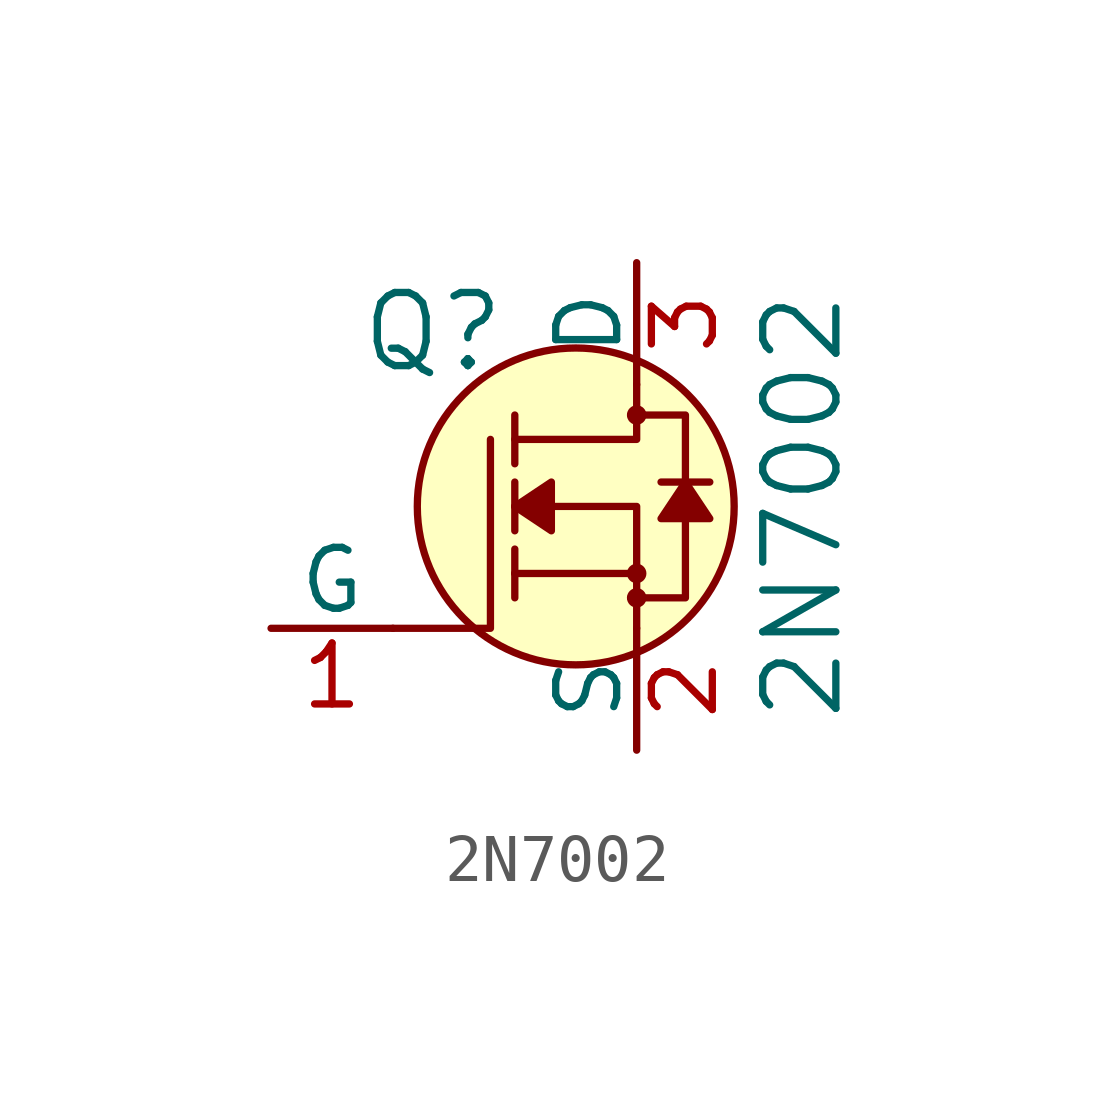
<source format=kicad_sym>
(kicad_symbol_lib
  (version 20220914)
  (generator kicad_symbol_editor)
  (symbol "2N7002"
    (pin_names
      (offset 0))
    (property "Reference" "Q"
      (at -2.692 3.632 0)
      (effects (font (size 1.524 1.524)) (justify right)))
    (property "Value" "2N7002"
      (at 3.454 0 90)
      (effects (font (size 1.524 1.524))))
    (symbol "2N7002_0_1"
      (circle (center -1.27 0) (radius 3.302) (stroke (width 0) (type solid)) (fill (type background)))
      (circle (center 0 -1.905) (radius 0.127) (stroke (width 0) (type solid)) (fill (type none)))
      (circle (center 0 -1.397) (radius 0.127) (stroke (width 0) (type solid)) (fill (type none)))
      (polyline (pts (xy 0 -1.397) (xy -2.54 -1.397)) (stroke (width 0) (type solid)) (fill (type none)))
      (polyline (pts (xy -5.08 -2.54) (xy -3.048 -2.54) (xy -3.048 1.397)) (stroke (width 0) (type solid)) (fill (type none)))
      (polyline (pts (xy 0 -2.54) (xy 0 0) (xy -2.54 0)) (stroke (width 0) (type solid)) (fill (type none)))
      (polyline (pts (xy 0 2.54) (xy 0 1.397) (xy -2.54 1.397)) (stroke (width 0) (type solid)) (fill (type none)))
      (polyline (pts (xy -0.127 -1.905) (xy 1.016 -1.905) (xy 1.016 1.397) (xy 1.016 1.905) (xy -0.127 1.905)) (stroke (width 0) (type solid)) (fill (type none)))
      (circle (center 0 1.905) (radius 0.127) (stroke (width 0) (type solid)) (fill (type none))))
    (symbol "2N7002_1_1"
      (polyline (pts (xy -2.54 -1.397) (xy -2.54 -1.905)) (stroke (width 0) (type solid)) (fill (type none)))
      (polyline (pts (xy -2.54 -1.397) (xy -2.54 -0.889)) (stroke (width 0) (type solid)) (fill (type none)))
      (polyline (pts (xy -2.54 0) (xy -2.54 -0.508)) (stroke (width 0) (type solid)) (fill (type none)))
      (polyline (pts (xy -2.54 0) (xy -2.54 0.508)) (stroke (width 0) (type solid)) (fill (type none)))
      (polyline (pts (xy -2.54 1.905) (xy -2.54 0.889)) (stroke (width 0) (type solid)) (fill (type none)))
      (polyline (pts (xy 1.524 0.508) (xy 0.508 0.508)) (stroke (width 0) (type solid)) (fill (type none)))
      (polyline (pts (xy -2.54 0) (xy -1.778 0.508) (xy -1.778 -0.508) (xy -2.54 0)) (stroke (width 0) (type solid)) (fill (type outline)))
      (polyline (pts (xy 1.016 0.508) (xy 0.508 -0.254) (xy 1.524 -0.254) (xy 1.016 0.508)) (stroke (width 0) (type solid)) (fill (type outline)))
      (pin passive line (at -7.62 -2.54 0) (length 2.54) (name "G" (effects (font (size 1.27 1.27)))) (number "1" (effects (font (size 1.27 1.27)))))
      (pin passive line (at 0 -5.08 90) (length 2.54) (name "S" (effects (font (size 1.27 1.27)))) (number "2" (effects (font (size 1.27 1.27)))))
      (pin passive line (at 0 5.08 270) (length 2.54) (name "D" (effects (font (size 1.27 1.27)))) (number "3" (effects (font (size 1.27 1.27))))))))
</source>
